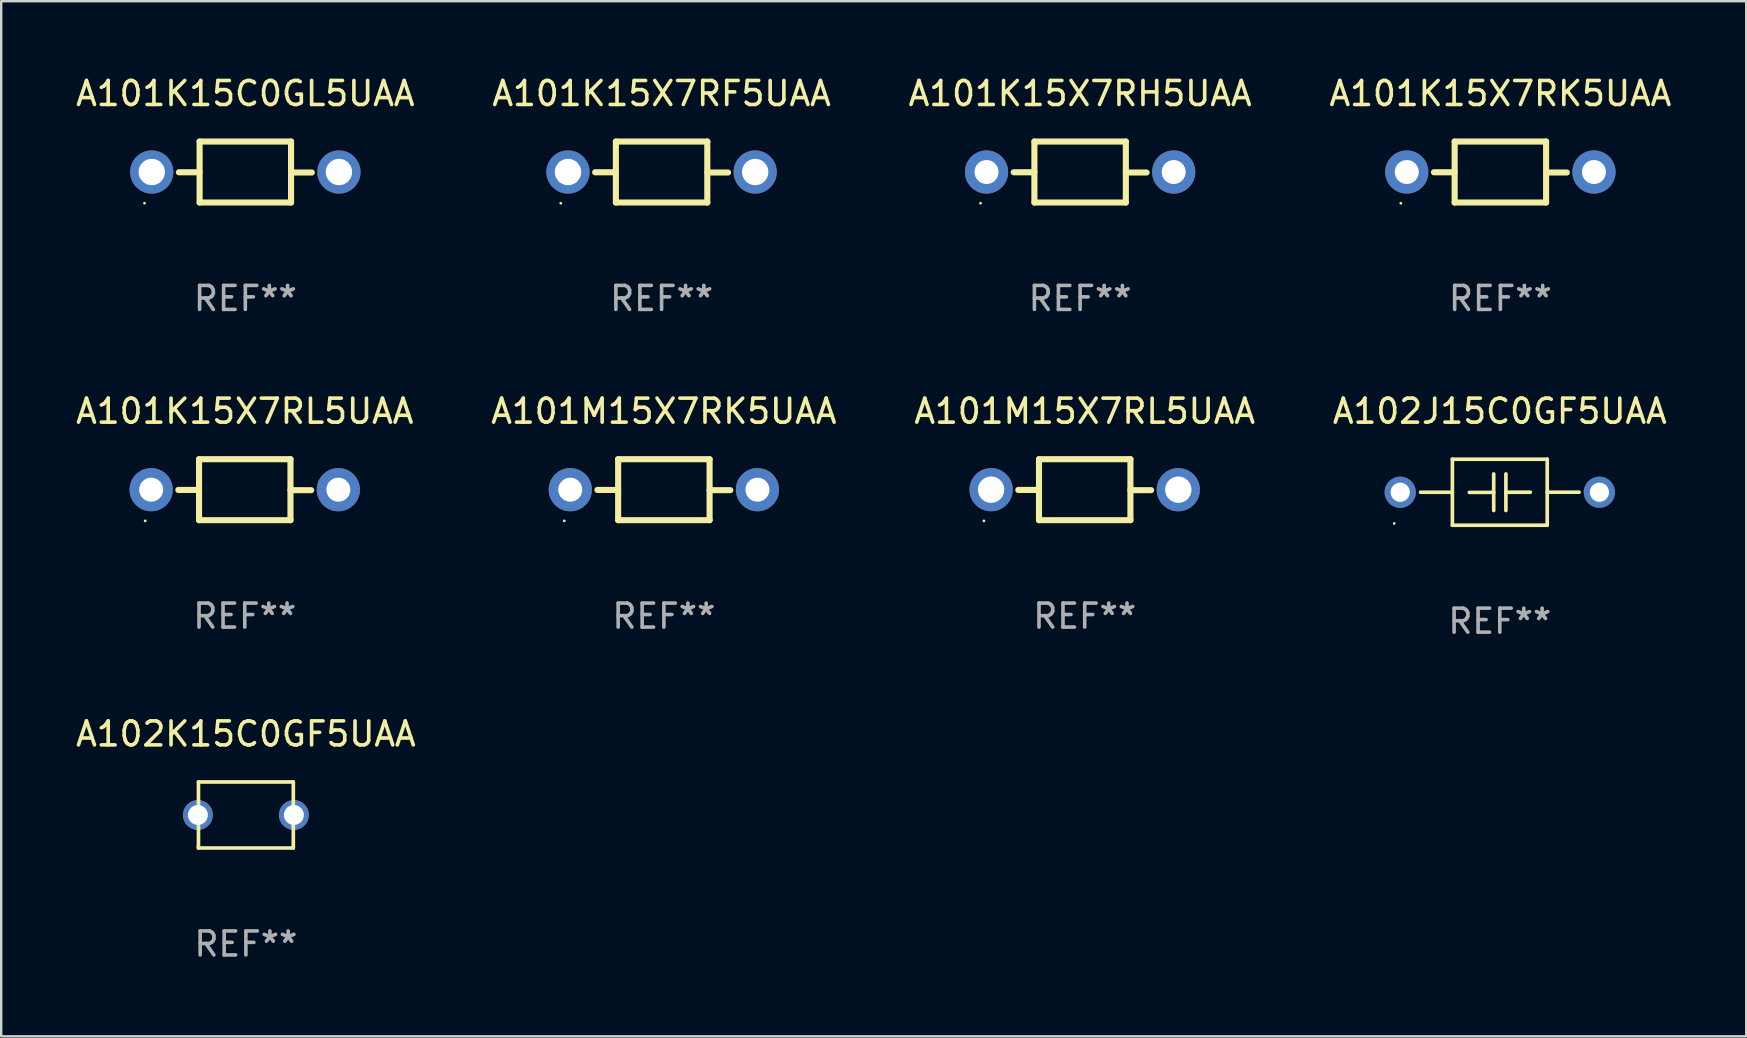
<source format=kicad_pcb>
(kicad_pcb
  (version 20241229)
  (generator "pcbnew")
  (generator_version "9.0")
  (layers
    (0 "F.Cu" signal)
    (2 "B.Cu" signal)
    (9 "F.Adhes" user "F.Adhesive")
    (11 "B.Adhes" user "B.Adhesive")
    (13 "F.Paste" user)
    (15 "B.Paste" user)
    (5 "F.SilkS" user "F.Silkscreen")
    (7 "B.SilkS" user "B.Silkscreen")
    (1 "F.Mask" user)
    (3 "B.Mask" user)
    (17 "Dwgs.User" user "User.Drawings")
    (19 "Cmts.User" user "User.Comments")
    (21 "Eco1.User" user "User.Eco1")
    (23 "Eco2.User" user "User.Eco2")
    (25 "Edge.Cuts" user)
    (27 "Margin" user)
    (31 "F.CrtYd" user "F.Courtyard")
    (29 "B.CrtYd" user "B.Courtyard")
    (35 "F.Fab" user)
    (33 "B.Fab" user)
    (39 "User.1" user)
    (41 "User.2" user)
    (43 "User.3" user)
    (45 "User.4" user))
  (footprint "A102J15C0GF5UAA"
    (layer "F.Cu")
    (at 59.446 17.461)
    (property "Reference" "A102J15C0GF5UAA" (at 0 -3.376 0) (layer "F.SilkS") (effects (font (size 1 1) (thickness 0.15))))
    (attr through_hole)
    (fp_line (start -1.976 -1.376) (end 1.976 -1.376) (stroke (width 0.152) (type solid)) (layer "F.SilkS"))
    (fp_line (start -1.976 0.001) (end -3.302 0.001) (stroke (width 0.152) (type solid)) (layer "F.SilkS"))
    (fp_line (start -1.976 1.376) (end -1.976 -1.376) (stroke (width 0.152) (type solid)) (layer "F.SilkS"))
    (fp_line (start -0.254 -0.762) (end -0.254 0.762) (stroke (width 0.152) (type solid)) (layer "F.SilkS"))
    (fp_line (start -0.254 0.007) (end -1.27 0.007) (stroke (width 0.152) (type solid)) (layer "F.SilkS"))
    (fp_line (start 0.254 -0.762) (end 0.254 0.762) (stroke (width 0.152) (type solid)) (layer "F.SilkS"))
    (fp_line (start 0.254 0) (end 1.27 0) (stroke (width 0.152) (type solid)) (layer "F.SilkS"))
    (fp_line (start 1.976 -1.376) (end 1.976 1.376) (stroke (width 0.152) (type solid)) (layer "F.SilkS"))
    (fp_line (start 1.976 -0.001) (end 3.302 -0.001) (stroke (width 0.152) (type solid)) (layer "F.SilkS"))
    (fp_line (start 1.976 1.376) (end -1.976 1.376) (stroke (width 0.152) (type solid)) (layer "F.SilkS"))
    (fp_circle (center -4.4 1.3) (end -4.37 1.3) (stroke (width 0.06) (type solid)) (fill no) (layer "F.SilkS"))
    (fp_text user "REF**" (at 0 5.376 0) (layer "F.Fab") (effects (font (size 1 1) (thickness 0.15))))
    (pad "1" thru_hole circle (at -4.15 0) (size 1.3 1.3) (drill 0.8) (layers "*.Cu" "*.Mask"))
    (pad "2" thru_hole circle (at 4.15 0) (size 1.3 1.3) (drill 0.8) (layers "*.Cu" "*.Mask")))
  (footprint "A101K15X7RK5UAA"
    (layer "F.Cu")
    (at 59.47 4.118)
    (property "Reference" "A101K15X7RK5UAA" (at 0 -3.27 0) (layer "F.SilkS") (effects (font (size 1 1) (thickness 0.15))))
    (attr through_hole)
    (fp_line (start -1.905 -1.27) (end -1.905 1.27) (stroke (width 0.254) (type solid)) (layer "F.SilkS"))
    (fp_line (start -1.905 0.01) (end -2.769 0.01) (stroke (width 0.254) (type solid)) (layer "F.SilkS"))
    (fp_line (start -1.905 1.27) (end 1.905 1.27) (stroke (width 0.254) (type solid)) (layer "F.SilkS"))
    (fp_line (start 1.905 -1.27) (end -1.905 -1.27) (stroke (width 0.254) (type solid)) (layer "F.SilkS"))
    (fp_line (start 1.905 0.02) (end 2.769 0.02) (stroke (width 0.254) (type solid)) (layer "F.SilkS"))
    (fp_line (start 1.905 1.27) (end 1.905 -1.27) (stroke (width 0.254) (type solid)) (layer "F.SilkS"))
    (fp_circle (center -4.15 1.3) (end -4.12 1.3) (stroke (width 0.06) (type solid)) (fill no) (layer "F.SilkS"))
    (fp_text user "REF**" (at 0 5.27 0) (layer "F.Fab") (effects (font (size 1 1) (thickness 0.15))))
    (pad "1" thru_hole circle (at -3.9 0) (size 1.8 1.8) (drill 1) (layers "*.Cu" "*.Mask"))
    (pad "2" thru_hole circle (at 3.9 0) (size 1.8 1.8) (drill 1) (layers "*.Cu" "*.Mask")))
  (footprint "A101K15X7RL5UAA"
    (layer "F.Cu")
    (at 7.149 17.355)
    (property "Reference" "A101K15X7RL5UAA" (at 0 -3.27 0) (layer "F.SilkS") (effects (font (size 1 1) (thickness 0.15))))
    (attr through_hole)
    (fp_line (start -1.905 -1.27) (end -1.905 1.27) (stroke (width 0.254) (type solid)) (layer "F.SilkS"))
    (fp_line (start -1.905 0.01) (end -2.769 0.01) (stroke (width 0.254) (type solid)) (layer "F.SilkS"))
    (fp_line (start -1.905 1.27) (end 1.905 1.27) (stroke (width 0.254) (type solid)) (layer "F.SilkS"))
    (fp_line (start 1.905 -1.27) (end -1.905 -1.27) (stroke (width 0.254) (type solid)) (layer "F.SilkS"))
    (fp_line (start 1.905 0.02) (end 2.769 0.02) (stroke (width 0.254) (type solid)) (layer "F.SilkS"))
    (fp_line (start 1.905 1.27) (end 1.905 -1.27) (stroke (width 0.254) (type solid)) (layer "F.SilkS"))
    (fp_circle (center -4.15 1.3) (end -4.12 1.3) (stroke (width 0.06) (type solid)) (fill no) (layer "F.SilkS"))
    (fp_text user "REF**" (at 0 5.27 0) (layer "F.Fab") (effects (font (size 1 1) (thickness 0.15))))
    (pad "1" thru_hole circle (at -3.9 0) (size 1.8 1.8) (drill 1) (layers "*.Cu" "*.Mask"))
    (pad "2" thru_hole circle (at 3.9 0) (size 1.8 1.8) (drill 1) (layers "*.Cu" "*.Mask")))
  (footprint "A102K15C0GF5UAA"
    (layer "F.Cu")
    (at 7.196 30.91)
    (property "Reference" "A102K15C0GF5UAA" (at 0 -3.376 0) (layer "F.SilkS") (effects (font (size 1 1) (thickness 0.15))))
    (attr through_hole)
    (fp_line (start -1.976 -1.376) (end 1.976 -1.376) (stroke (width 0.152) (type solid)) (layer "F.SilkS"))
    (fp_line (start -1.976 1.376) (end -1.976 -1.376) (stroke (width 0.152) (type solid)) (layer "F.SilkS"))
    (fp_line (start 1.976 -1.376) (end 1.976 1.376) (stroke (width 0.152) (type solid)) (layer "F.SilkS"))
    (fp_line (start 1.976 1.376) (end -1.976 1.376) (stroke (width 0.152) (type solid)) (layer "F.SilkS"))
    (fp_circle (center -2 1.3) (end -1.97 1.3) (stroke (width 0.06) (type solid)) (fill no) (layer "F.SilkS"))
    (fp_text user "REF**" (at 0 5.376 0) (layer "F.Fab") (effects (font (size 1 1) (thickness 0.15))))
    (pad "1" thru_hole circle (at -2 0) (size 1.245 1.245) (drill 0.83) (layers "*.Cu" "*.Mask"))
    (pad "2" thru_hole circle (at 2 0) (size 1.245 1.245) (drill 0.83) (layers "*.Cu" "*.Mask")))
  (footprint "A101K15C0GL5UAA"
    (layer "F.Cu")
    (at 7.173 4.118)
    (property "Reference" "A101K15C0GL5UAA" (at 0 -3.27 0) (layer "F.SilkS") (effects (font (size 1 1) (thickness 0.15))))
    (attr through_hole)
    (fp_line (start -1.905 -1.27) (end -1.905 1.27) (stroke (width 0.254) (type solid)) (layer "F.SilkS"))
    (fp_line (start -1.905 0.01) (end -2.769 0.01) (stroke (width 0.254) (type solid)) (layer "F.SilkS"))
    (fp_line (start -1.905 1.27) (end 1.905 1.27) (stroke (width 0.254) (type solid)) (layer "F.SilkS"))
    (fp_line (start 1.905 -1.27) (end -1.905 -1.27) (stroke (width 0.254) (type solid)) (layer "F.SilkS"))
    (fp_line (start 1.905 0.02) (end 2.769 0.02) (stroke (width 0.254) (type solid)) (layer "F.SilkS"))
    (fp_line (start 1.905 1.27) (end 1.905 -1.27) (stroke (width 0.254) (type solid)) (layer "F.SilkS"))
    (fp_circle (center -4.201 1.3) (end -4.171 1.3) (stroke (width 0.06) (type solid)) (fill no) (layer "F.SilkS"))
    (fp_text user "REF**" (at 0 5.27 0) (layer "F.Fab") (effects (font (size 1 1) (thickness 0.15))))
    (pad "1" thru_hole circle (at -3.9 0) (size 1.8 1.8) (drill 1.1) (layers "*.Cu" "*.Mask"))
    (pad "2" thru_hole circle (at 3.9 0) (size 1.8 1.8) (drill 1.1) (layers "*.Cu" "*.Mask")))
  (footprint "A101M15X7RL5UAA"
    (layer "F.Cu")
    (at 42.149 17.355)
    (property "Reference" "A101M15X7RL5UAA" (at 0 -3.27 0) (layer "F.SilkS") (effects (font (size 1 1) (thickness 0.15))))
    (attr through_hole)
    (fp_line (start -1.905 -1.27) (end -1.905 1.27) (stroke (width 0.254) (type solid)) (layer "F.SilkS"))
    (fp_line (start -1.905 0.01) (end -2.769 0.01) (stroke (width 0.254) (type solid)) (layer "F.SilkS"))
    (fp_line (start -1.905 1.27) (end 1.905 1.27) (stroke (width 0.254) (type solid)) (layer "F.SilkS"))
    (fp_line (start 1.905 -1.27) (end -1.905 -1.27) (stroke (width 0.254) (type solid)) (layer "F.SilkS"))
    (fp_line (start 1.905 0.02) (end 2.769 0.02) (stroke (width 0.254) (type solid)) (layer "F.SilkS"))
    (fp_line (start 1.905 1.27) (end 1.905 -1.27) (stroke (width 0.254) (type solid)) (layer "F.SilkS"))
    (fp_circle (center -4.201 1.3) (end -4.171 1.3) (stroke (width 0.06) (type solid)) (fill no) (layer "F.SilkS"))
    (fp_text user "REF**" (at 0 5.27 0) (layer "F.Fab") (effects (font (size 1 1) (thickness 0.15))))
    (pad "1" thru_hole circle (at -3.9 0) (size 1.8 1.8) (drill 1.1) (layers "*.Cu" "*.Mask"))
    (pad "2" thru_hole circle (at 3.9 0) (size 1.8 1.8) (drill 1.1) (layers "*.Cu" "*.Mask")))
  (footprint "A101M15X7RK5UAA"
    (layer "F.Cu")
    (at 24.613 17.355)
    (property "Reference" "A101M15X7RK5UAA" (at 0 -3.27 0) (layer "F.SilkS") (effects (font (size 1 1) (thickness 0.15))))
    (attr through_hole)
    (fp_line (start -1.905 -1.27) (end -1.905 1.27) (stroke (width 0.254) (type solid)) (layer "F.SilkS"))
    (fp_line (start -1.905 0.01) (end -2.769 0.01) (stroke (width 0.254) (type solid)) (layer "F.SilkS"))
    (fp_line (start -1.905 1.27) (end 1.905 1.27) (stroke (width 0.254) (type solid)) (layer "F.SilkS"))
    (fp_line (start 1.905 -1.27) (end -1.905 -1.27) (stroke (width 0.254) (type solid)) (layer "F.SilkS"))
    (fp_line (start 1.905 0.02) (end 2.769 0.02) (stroke (width 0.254) (type solid)) (layer "F.SilkS"))
    (fp_line (start 1.905 1.27) (end 1.905 -1.27) (stroke (width 0.254) (type solid)) (layer "F.SilkS"))
    (fp_circle (center -4.15 1.3) (end -4.12 1.3) (stroke (width 0.06) (type solid)) (fill no) (layer "F.SilkS"))
    (fp_text user "REF**" (at 0 5.27 0) (layer "F.Fab") (effects (font (size 1 1) (thickness 0.15))))
    (pad "1" thru_hole circle (at -3.9 0) (size 1.8 1.8) (drill 1) (layers "*.Cu" "*.Mask"))
    (pad "2" thru_hole circle (at 3.9 0) (size 1.8 1.8) (drill 1) (layers "*.Cu" "*.Mask")))
  (footprint "A101K15X7RF5UAA"
    (layer "F.Cu")
    (at 24.518 4.118)
    (property "Reference" "A101K15X7RF5UAA" (at 0 -3.27 0) (layer "F.SilkS") (effects (font (size 1 1) (thickness 0.15))))
    (attr through_hole)
    (fp_line (start -1.905 -1.27) (end -1.905 1.27) (stroke (width 0.254) (type solid)) (layer "F.SilkS"))
    (fp_line (start -1.905 0.01) (end -2.769 0.01) (stroke (width 0.254) (type solid)) (layer "F.SilkS"))
    (fp_line (start -1.905 1.27) (end 1.905 1.27) (stroke (width 0.254) (type solid)) (layer "F.SilkS"))
    (fp_line (start 1.905 -1.27) (end -1.905 -1.27) (stroke (width 0.254) (type solid)) (layer "F.SilkS"))
    (fp_line (start 1.905 0.02) (end 2.769 0.02) (stroke (width 0.254) (type solid)) (layer "F.SilkS"))
    (fp_line (start 1.905 1.27) (end 1.905 -1.27) (stroke (width 0.254) (type solid)) (layer "F.SilkS"))
    (fp_circle (center -4.201 1.3) (end -4.171 1.3) (stroke (width 0.06) (type solid)) (fill no) (layer "F.SilkS"))
    (fp_text user "REF**" (at 0 5.27 0) (layer "F.Fab") (effects (font (size 1 1) (thickness 0.15))))
    (pad "1" thru_hole circle (at -3.9 0) (size 1.8 1.8) (drill 1.1) (layers "*.Cu" "*.Mask"))
    (pad "2" thru_hole circle (at 3.9 0) (size 1.8 1.8) (drill 1.1) (layers "*.Cu" "*.Mask")))
  (footprint "A101K15X7RH5UAA"
    (layer "F.Cu")
    (at 41.958 4.118)
    (property "Reference" "A101K15X7RH5UAA" (at 0 -3.27 0) (layer "F.SilkS") (effects (font (size 1 1) (thickness 0.15))))
    (attr through_hole)
    (fp_line (start -1.905 -1.27) (end -1.905 1.27) (stroke (width 0.254) (type solid)) (layer "F.SilkS"))
    (fp_line (start -1.905 0.01) (end -2.769 0.01) (stroke (width 0.254) (type solid)) (layer "F.SilkS"))
    (fp_line (start -1.905 1.27) (end 1.905 1.27) (stroke (width 0.254) (type solid)) (layer "F.SilkS"))
    (fp_line (start 1.905 -1.27) (end -1.905 -1.27) (stroke (width 0.254) (type solid)) (layer "F.SilkS"))
    (fp_line (start 1.905 0.02) (end 2.769 0.02) (stroke (width 0.254) (type solid)) (layer "F.SilkS"))
    (fp_line (start 1.905 1.27) (end 1.905 -1.27) (stroke (width 0.254) (type solid)) (layer "F.SilkS"))
    (fp_circle (center -4.15 1.3) (end -4.12 1.3) (stroke (width 0.06) (type solid)) (fill no) (layer "F.SilkS"))
    (fp_text user "REF**" (at 0 5.27 0) (layer "F.Fab") (effects (font (size 1 1) (thickness 0.15))))
    (pad "1" thru_hole circle (at -3.9 0) (size 1.8 1.8) (drill 1) (layers "*.Cu" "*.Mask"))
    (pad "2" thru_hole circle (at 3.9 0) (size 1.8 1.8) (drill 1) (layers "*.Cu" "*.Mask")))
  (gr_rect
    (start -3 -3)
    (end 69.714 40.134)
    (stroke (width 0.1) (type default))
    (fill no)
    (layer "Edge.Cuts")))
</source>
